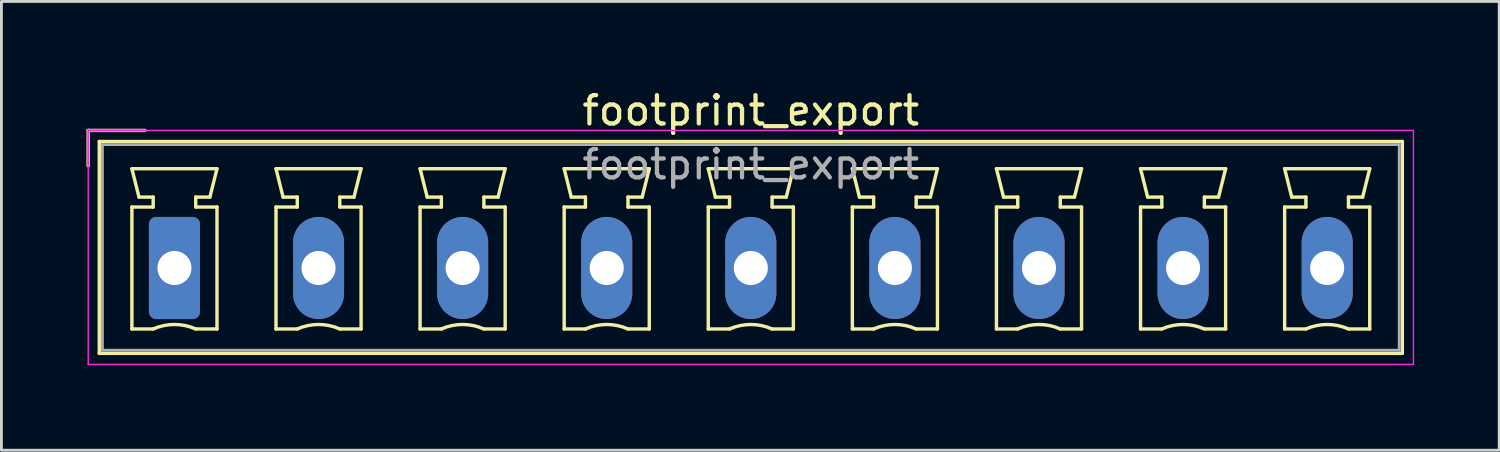
<source format=kicad_pcb>
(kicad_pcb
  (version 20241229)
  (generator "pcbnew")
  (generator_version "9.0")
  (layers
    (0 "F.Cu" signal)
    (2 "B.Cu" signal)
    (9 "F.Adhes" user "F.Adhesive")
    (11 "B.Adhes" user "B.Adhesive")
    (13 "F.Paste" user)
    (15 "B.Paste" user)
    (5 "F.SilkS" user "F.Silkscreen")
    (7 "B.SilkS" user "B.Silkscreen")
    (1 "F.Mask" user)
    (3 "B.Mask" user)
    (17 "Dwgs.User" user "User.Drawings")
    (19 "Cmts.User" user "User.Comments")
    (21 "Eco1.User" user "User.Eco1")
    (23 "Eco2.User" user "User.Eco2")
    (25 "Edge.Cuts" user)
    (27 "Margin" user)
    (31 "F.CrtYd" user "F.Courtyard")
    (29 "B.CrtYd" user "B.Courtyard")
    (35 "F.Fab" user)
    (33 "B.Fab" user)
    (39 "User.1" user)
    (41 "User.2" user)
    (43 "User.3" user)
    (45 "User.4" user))
  (footprint "footprint_export"
    (layer "F.Cu")
    (at 3.1 6.398)
    (property "Reference" "footprint_export" (at 20.32 -5.55 0) (layer "F.SilkS") (effects (font (size 1 1) (thickness 0.15))))
    (attr through_hole)
    (fp_line (start -3.04 -4.85) (end -1.04 -4.85) (stroke (width 0.12) (type solid)) (layer "F.SilkS"))
    (fp_line (start -3.04 -3.6) (end -3.04 -4.85) (stroke (width 0.12) (type solid)) (layer "F.SilkS"))
    (fp_line (start -2.65 -4.46) (end -2.65 3.01) (stroke (width 0.12) (type solid)) (layer "F.SilkS"))
    (fp_line (start -2.65 3.01) (end 43.29 3.01) (stroke (width 0.12) (type solid)) (layer "F.SilkS"))
    (fp_line (start -1.5 -3.5) (end 1.5 -3.5) (stroke (width 0.12) (type solid)) (layer "F.SilkS"))
    (fp_line (start -1.5 -2.15) (end -0.75 -2.15) (stroke (width 0.12) (type solid)) (layer "F.SilkS"))
    (fp_line (start -1.5 2.15) (end -1.5 -2.15) (stroke (width 0.12) (type solid)) (layer "F.SilkS"))
    (fp_line (start -1.25 -2.5) (end -1.5 -3.5) (stroke (width 0.12) (type solid)) (layer "F.SilkS"))
    (fp_line (start -0.75 -2.5) (end -1.25 -2.5) (stroke (width 0.12) (type solid)) (layer "F.SilkS"))
    (fp_line (start -0.75 -2.15) (end -0.75 -2.5) (stroke (width 0.12) (type solid)) (layer "F.SilkS"))
    (fp_line (start -0.75 2.15) (end -1.5 2.15) (stroke (width 0.12) (type solid)) (layer "F.SilkS"))
    (fp_line (start 0.75 -2.5) (end 0.75 -2.15) (stroke (width 0.12) (type solid)) (layer "F.SilkS"))
    (fp_line (start 0.75 -2.15) (end 1.5 -2.15) (stroke (width 0.12) (type solid)) (layer "F.SilkS"))
    (fp_line (start 1.25 -2.5) (end 0.75 -2.5) (stroke (width 0.12) (type solid)) (layer "F.SilkS"))
    (fp_line (start 1.5 -3.5) (end 1.25 -2.5) (stroke (width 0.12) (type solid)) (layer "F.SilkS"))
    (fp_line (start 1.5 -2.15) (end 1.5 2.15) (stroke (width 0.12) (type solid)) (layer "F.SilkS"))
    (fp_line (start 1.5 2.15) (end 0.75 2.15) (stroke (width 0.12) (type solid)) (layer "F.SilkS"))
    (fp_line (start 3.58 -3.5) (end 6.58 -3.5) (stroke (width 0.12) (type solid)) (layer "F.SilkS"))
    (fp_line (start 3.58 -2.15) (end 4.33 -2.15) (stroke (width 0.12) (type solid)) (layer "F.SilkS"))
    (fp_line (start 3.58 2.15) (end 3.58 -2.15) (stroke (width 0.12) (type solid)) (layer "F.SilkS"))
    (fp_line (start 3.83 -2.5) (end 3.58 -3.5) (stroke (width 0.12) (type solid)) (layer "F.SilkS"))
    (fp_line (start 4.33 -2.5) (end 3.83 -2.5) (stroke (width 0.12) (type solid)) (layer "F.SilkS"))
    (fp_line (start 4.33 -2.15) (end 4.33 -2.5) (stroke (width 0.12) (type solid)) (layer "F.SilkS"))
    (fp_line (start 4.33 2.15) (end 3.58 2.15) (stroke (width 0.12) (type solid)) (layer "F.SilkS"))
    (fp_line (start 5.83 -2.5) (end 5.83 -2.15) (stroke (width 0.12) (type solid)) (layer "F.SilkS"))
    (fp_line (start 5.83 -2.15) (end 6.58 -2.15) (stroke (width 0.12) (type solid)) (layer "F.SilkS"))
    (fp_line (start 6.33 -2.5) (end 5.83 -2.5) (stroke (width 0.12) (type solid)) (layer "F.SilkS"))
    (fp_line (start 6.58 -3.5) (end 6.33 -2.5) (stroke (width 0.12) (type solid)) (layer "F.SilkS"))
    (fp_line (start 6.58 -2.15) (end 6.58 2.15) (stroke (width 0.12) (type solid)) (layer "F.SilkS"))
    (fp_line (start 6.58 2.15) (end 5.83 2.15) (stroke (width 0.12) (type solid)) (layer "F.SilkS"))
    (fp_line (start 8.66 -3.5) (end 11.66 -3.5) (stroke (width 0.12) (type solid)) (layer "F.SilkS"))
    (fp_line (start 8.66 -2.15) (end 9.41 -2.15) (stroke (width 0.12) (type solid)) (layer "F.SilkS"))
    (fp_line (start 8.66 2.15) (end 8.66 -2.15) (stroke (width 0.12) (type solid)) (layer "F.SilkS"))
    (fp_line (start 8.91 -2.5) (end 8.66 -3.5) (stroke (width 0.12) (type solid)) (layer "F.SilkS"))
    (fp_line (start 9.41 -2.5) (end 8.91 -2.5) (stroke (width 0.12) (type solid)) (layer "F.SilkS"))
    (fp_line (start 9.41 -2.15) (end 9.41 -2.5) (stroke (width 0.12) (type solid)) (layer "F.SilkS"))
    (fp_line (start 9.41 2.15) (end 8.66 2.15) (stroke (width 0.12) (type solid)) (layer "F.SilkS"))
    (fp_line (start 10.91 -2.5) (end 10.91 -2.15) (stroke (width 0.12) (type solid)) (layer "F.SilkS"))
    (fp_line (start 10.91 -2.15) (end 11.66 -2.15) (stroke (width 0.12) (type solid)) (layer "F.SilkS"))
    (fp_line (start 11.41 -2.5) (end 10.91 -2.5) (stroke (width 0.12) (type solid)) (layer "F.SilkS"))
    (fp_line (start 11.66 -3.5) (end 11.41 -2.5) (stroke (width 0.12) (type solid)) (layer "F.SilkS"))
    (fp_line (start 11.66 -2.15) (end 11.66 2.15) (stroke (width 0.12) (type solid)) (layer "F.SilkS"))
    (fp_line (start 11.66 2.15) (end 10.91 2.15) (stroke (width 0.12) (type solid)) (layer "F.SilkS"))
    (fp_line (start 13.74 -3.5) (end 16.74 -3.5) (stroke (width 0.12) (type solid)) (layer "F.SilkS"))
    (fp_line (start 13.74 -2.15) (end 14.49 -2.15) (stroke (width 0.12) (type solid)) (layer "F.SilkS"))
    (fp_line (start 13.74 2.15) (end 13.74 -2.15) (stroke (width 0.12) (type solid)) (layer "F.SilkS"))
    (fp_line (start 13.99 -2.5) (end 13.74 -3.5) (stroke (width 0.12) (type solid)) (layer "F.SilkS"))
    (fp_line (start 14.49 -2.5) (end 13.99 -2.5) (stroke (width 0.12) (type solid)) (layer "F.SilkS"))
    (fp_line (start 14.49 -2.15) (end 14.49 -2.5) (stroke (width 0.12) (type solid)) (layer "F.SilkS"))
    (fp_line (start 14.49 2.15) (end 13.74 2.15) (stroke (width 0.12) (type solid)) (layer "F.SilkS"))
    (fp_line (start 15.99 -2.5) (end 15.99 -2.15) (stroke (width 0.12) (type solid)) (layer "F.SilkS"))
    (fp_line (start 15.99 -2.15) (end 16.74 -2.15) (stroke (width 0.12) (type solid)) (layer "F.SilkS"))
    (fp_line (start 16.49 -2.5) (end 15.99 -2.5) (stroke (width 0.12) (type solid)) (layer "F.SilkS"))
    (fp_line (start 16.74 -3.5) (end 16.49 -2.5) (stroke (width 0.12) (type solid)) (layer "F.SilkS"))
    (fp_line (start 16.74 -2.15) (end 16.74 2.15) (stroke (width 0.12) (type solid)) (layer "F.SilkS"))
    (fp_line (start 16.74 2.15) (end 15.99 2.15) (stroke (width 0.12) (type solid)) (layer "F.SilkS"))
    (fp_line (start 18.82 -3.5) (end 21.82 -3.5) (stroke (width 0.12) (type solid)) (layer "F.SilkS"))
    (fp_line (start 18.82 -2.15) (end 19.57 -2.15) (stroke (width 0.12) (type solid)) (layer "F.SilkS"))
    (fp_line (start 18.82 2.15) (end 18.82 -2.15) (stroke (width 0.12) (type solid)) (layer "F.SilkS"))
    (fp_line (start 19.07 -2.5) (end 18.82 -3.5) (stroke (width 0.12) (type solid)) (layer "F.SilkS"))
    (fp_line (start 19.57 -2.5) (end 19.07 -2.5) (stroke (width 0.12) (type solid)) (layer "F.SilkS"))
    (fp_line (start 19.57 -2.15) (end 19.57 -2.5) (stroke (width 0.12) (type solid)) (layer "F.SilkS"))
    (fp_line (start 19.57 2.15) (end 18.82 2.15) (stroke (width 0.12) (type solid)) (layer "F.SilkS"))
    (fp_line (start 21.07 -2.5) (end 21.07 -2.15) (stroke (width 0.12) (type solid)) (layer "F.SilkS"))
    (fp_line (start 21.07 -2.15) (end 21.82 -2.15) (stroke (width 0.12) (type solid)) (layer "F.SilkS"))
    (fp_line (start 21.57 -2.5) (end 21.07 -2.5) (stroke (width 0.12) (type solid)) (layer "F.SilkS"))
    (fp_line (start 21.82 -3.5) (end 21.57 -2.5) (stroke (width 0.12) (type solid)) (layer "F.SilkS"))
    (fp_line (start 21.82 -2.15) (end 21.82 2.15) (stroke (width 0.12) (type solid)) (layer "F.SilkS"))
    (fp_line (start 21.82 2.15) (end 21.07 2.15) (stroke (width 0.12) (type solid)) (layer "F.SilkS"))
    (fp_line (start 23.9 -3.5) (end 26.9 -3.5) (stroke (width 0.12) (type solid)) (layer "F.SilkS"))
    (fp_line (start 23.9 -2.15) (end 24.65 -2.15) (stroke (width 0.12) (type solid)) (layer "F.SilkS"))
    (fp_line (start 23.9 2.15) (end 23.9 -2.15) (stroke (width 0.12) (type solid)) (layer "F.SilkS"))
    (fp_line (start 24.15 -2.5) (end 23.9 -3.5) (stroke (width 0.12) (type solid)) (layer "F.SilkS"))
    (fp_line (start 24.65 -2.5) (end 24.15 -2.5) (stroke (width 0.12) (type solid)) (layer "F.SilkS"))
    (fp_line (start 24.65 -2.15) (end 24.65 -2.5) (stroke (width 0.12) (type solid)) (layer "F.SilkS"))
    (fp_line (start 24.65 2.15) (end 23.9 2.15) (stroke (width 0.12) (type solid)) (layer "F.SilkS"))
    (fp_line (start 26.15 -2.5) (end 26.15 -2.15) (stroke (width 0.12) (type solid)) (layer "F.SilkS"))
    (fp_line (start 26.15 -2.15) (end 26.9 -2.15) (stroke (width 0.12) (type solid)) (layer "F.SilkS"))
    (fp_line (start 26.65 -2.5) (end 26.15 -2.5) (stroke (width 0.12) (type solid)) (layer "F.SilkS"))
    (fp_line (start 26.9 -3.5) (end 26.65 -2.5) (stroke (width 0.12) (type solid)) (layer "F.SilkS"))
    (fp_line (start 26.9 -2.15) (end 26.9 2.15) (stroke (width 0.12) (type solid)) (layer "F.SilkS"))
    (fp_line (start 26.9 2.15) (end 26.15 2.15) (stroke (width 0.12) (type solid)) (layer "F.SilkS"))
    (fp_line (start 28.98 -3.5) (end 31.98 -3.5) (stroke (width 0.12) (type solid)) (layer "F.SilkS"))
    (fp_line (start 28.98 -2.15) (end 29.73 -2.15) (stroke (width 0.12) (type solid)) (layer "F.SilkS"))
    (fp_line (start 28.98 2.15) (end 28.98 -2.15) (stroke (width 0.12) (type solid)) (layer "F.SilkS"))
    (fp_line (start 29.23 -2.5) (end 28.98 -3.5) (stroke (width 0.12) (type solid)) (layer "F.SilkS"))
    (fp_line (start 29.73 -2.5) (end 29.23 -2.5) (stroke (width 0.12) (type solid)) (layer "F.SilkS"))
    (fp_line (start 29.73 -2.15) (end 29.73 -2.5) (stroke (width 0.12) (type solid)) (layer "F.SilkS"))
    (fp_line (start 29.73 2.15) (end 28.98 2.15) (stroke (width 0.12) (type solid)) (layer "F.SilkS"))
    (fp_line (start 31.23 -2.5) (end 31.23 -2.15) (stroke (width 0.12) (type solid)) (layer "F.SilkS"))
    (fp_line (start 31.23 -2.15) (end 31.98 -2.15) (stroke (width 0.12) (type solid)) (layer "F.SilkS"))
    (fp_line (start 31.73 -2.5) (end 31.23 -2.5) (stroke (width 0.12) (type solid)) (layer "F.SilkS"))
    (fp_line (start 31.98 -3.5) (end 31.73 -2.5) (stroke (width 0.12) (type solid)) (layer "F.SilkS"))
    (fp_line (start 31.98 -2.15) (end 31.98 2.15) (stroke (width 0.12) (type solid)) (layer "F.SilkS"))
    (fp_line (start 31.98 2.15) (end 31.23 2.15) (stroke (width 0.12) (type solid)) (layer "F.SilkS"))
    (fp_line (start 34.06 -3.5) (end 37.06 -3.5) (stroke (width 0.12) (type solid)) (layer "F.SilkS"))
    (fp_line (start 34.06 -2.15) (end 34.81 -2.15) (stroke (width 0.12) (type solid)) (layer "F.SilkS"))
    (fp_line (start 34.06 2.15) (end 34.06 -2.15) (stroke (width 0.12) (type solid)) (layer "F.SilkS"))
    (fp_line (start 34.31 -2.5) (end 34.06 -3.5) (stroke (width 0.12) (type solid)) (layer "F.SilkS"))
    (fp_line (start 34.81 -2.5) (end 34.31 -2.5) (stroke (width 0.12) (type solid)) (layer "F.SilkS"))
    (fp_line (start 34.81 -2.15) (end 34.81 -2.5) (stroke (width 0.12) (type solid)) (layer "F.SilkS"))
    (fp_line (start 34.81 2.15) (end 34.06 2.15) (stroke (width 0.12) (type solid)) (layer "F.SilkS"))
    (fp_line (start 36.31 -2.5) (end 36.31 -2.15) (stroke (width 0.12) (type solid)) (layer "F.SilkS"))
    (fp_line (start 36.31 -2.15) (end 37.06 -2.15) (stroke (width 0.12) (type solid)) (layer "F.SilkS"))
    (fp_line (start 36.81 -2.5) (end 36.31 -2.5) (stroke (width 0.12) (type solid)) (layer "F.SilkS"))
    (fp_line (start 37.06 -3.5) (end 36.81 -2.5) (stroke (width 0.12) (type solid)) (layer "F.SilkS"))
    (fp_line (start 37.06 -2.15) (end 37.06 2.15) (stroke (width 0.12) (type solid)) (layer "F.SilkS"))
    (fp_line (start 37.06 2.15) (end 36.31 2.15) (stroke (width 0.12) (type solid)) (layer "F.SilkS"))
    (fp_line (start 39.14 -3.5) (end 42.14 -3.5) (stroke (width 0.12) (type solid)) (layer "F.SilkS"))
    (fp_line (start 39.14 -2.15) (end 39.89 -2.15) (stroke (width 0.12) (type solid)) (layer "F.SilkS"))
    (fp_line (start 39.14 2.15) (end 39.14 -2.15) (stroke (width 0.12) (type solid)) (layer "F.SilkS"))
    (fp_line (start 39.39 -2.5) (end 39.14 -3.5) (stroke (width 0.12) (type solid)) (layer "F.SilkS"))
    (fp_line (start 39.89 -2.5) (end 39.39 -2.5) (stroke (width 0.12) (type solid)) (layer "F.SilkS"))
    (fp_line (start 39.89 -2.15) (end 39.89 -2.5) (stroke (width 0.12) (type solid)) (layer "F.SilkS"))
    (fp_line (start 39.89 2.15) (end 39.14 2.15) (stroke (width 0.12) (type solid)) (layer "F.SilkS"))
    (fp_line (start 41.39 -2.5) (end 41.39 -2.15) (stroke (width 0.12) (type solid)) (layer "F.SilkS"))
    (fp_line (start 41.39 -2.15) (end 42.14 -2.15) (stroke (width 0.12) (type solid)) (layer "F.SilkS"))
    (fp_line (start 41.89 -2.5) (end 41.39 -2.5) (stroke (width 0.12) (type solid)) (layer "F.SilkS"))
    (fp_line (start 42.14 -3.5) (end 41.89 -2.5) (stroke (width 0.12) (type solid)) (layer "F.SilkS"))
    (fp_line (start 42.14 -2.15) (end 42.14 2.15) (stroke (width 0.12) (type solid)) (layer "F.SilkS"))
    (fp_line (start 42.14 2.15) (end 41.39 2.15) (stroke (width 0.12) (type solid)) (layer "F.SilkS"))
    (fp_line (start 43.29 -4.46) (end -2.65 -4.46) (stroke (width 0.12) (type solid)) (layer "F.SilkS"))
    (fp_line (start 43.29 3.01) (end 43.29 -4.46) (stroke (width 0.12) (type solid)) (layer "F.SilkS"))
    (fp_arc (start -0.75 2.15) (mid -0.000193 1.99191) (end 0.749647 2.149844) (stroke (width 0.12) (type solid)) (layer "F.SilkS"))
    (fp_arc (start 4.33 2.15) (mid 5.079807 1.99191) (end 5.829647 2.149844) (stroke (width 0.12) (type solid)) (layer "F.SilkS"))
    (fp_arc (start 9.41 2.15) (mid 10.159807 1.99191) (end 10.909647 2.149844) (stroke (width 0.12) (type solid)) (layer "F.SilkS"))
    (fp_arc (start 14.49 2.15) (mid 15.239807 1.99191) (end 15.989647 2.149844) (stroke (width 0.12) (type solid)) (layer "F.SilkS"))
    (fp_arc (start 19.57 2.15) (mid 20.319807 1.99191) (end 21.069647 2.149844) (stroke (width 0.12) (type solid)) (layer "F.SilkS"))
    (fp_arc (start 24.65 2.15) (mid 25.399807 1.99191) (end 26.149647 2.149844) (stroke (width 0.12) (type solid)) (layer "F.SilkS"))
    (fp_arc (start 29.73 2.15) (mid 30.479807 1.99191) (end 31.229647 2.149844) (stroke (width 0.12) (type solid)) (layer "F.SilkS"))
    (fp_arc (start 34.81 2.15) (mid 35.559807 1.99191) (end 36.309647 2.149844) (stroke (width 0.12) (type solid)) (layer "F.SilkS"))
    (fp_arc (start 39.89 2.15) (mid 40.639807 1.99191) (end 41.389647 2.149844) (stroke (width 0.12) (type solid)) (layer "F.SilkS"))
    (fp_line (start -3.04 -4.85) (end -3.04 3.4) (stroke (width 0.05) (type solid)) (layer "F.CrtYd"))
    (fp_line (start -3.04 3.4) (end 43.68 3.4) (stroke (width 0.05) (type solid)) (layer "F.CrtYd"))
    (fp_line (start 43.68 -4.85) (end -3.04 -4.85) (stroke (width 0.05) (type solid)) (layer "F.CrtYd"))
    (fp_line (start 43.68 3.4) (end 43.68 -4.85) (stroke (width 0.05) (type solid)) (layer "F.CrtYd"))
    (fp_line (start -3.04 -4.85) (end -1.04 -4.85) (stroke (width 0.1) (type solid)) (layer "F.Fab"))
    (fp_line (start -3.04 -3.6) (end -3.04 -4.85) (stroke (width 0.1) (type solid)) (layer "F.Fab"))
    (fp_line (start -2.54 -4.35) (end -2.54 2.9) (stroke (width 0.1) (type solid)) (layer "F.Fab"))
    (fp_line (start -2.54 2.9) (end 43.18 2.9) (stroke (width 0.1) (type solid)) (layer "F.Fab"))
    (fp_line (start 43.18 -4.35) (end -2.54 -4.35) (stroke (width 0.1) (type solid)) (layer "F.Fab"))
    (fp_line (start 43.18 2.9) (end 43.18 -4.35) (stroke (width 0.1) (type solid)) (layer "F.Fab"))
    (fp_text user "${REFERENCE}" (at 20.32 -3.65 0) (layer "F.Fab") (effects (font (size 1 1) (thickness 0.15))))
    (pad "1" thru_hole roundrect (at 0 0) (size 1.8 3.6) (drill 1.2) (layers "*.Cu" "*.Mask") (roundrect_rratio 0.139))
    (pad "2" thru_hole oval (at 5.08 0) (size 1.8 3.6) (drill 1.2) (layers "*.Cu" "*.Mask"))
    (pad "3" thru_hole oval (at 10.16 0) (size 1.8 3.6) (drill 1.2) (layers "*.Cu" "*.Mask"))
    (pad "4" thru_hole oval (at 15.24 0) (size 1.8 3.6) (drill 1.2) (layers "*.Cu" "*.Mask"))
    (pad "5" thru_hole oval (at 20.32 0) (size 1.8 3.6) (drill 1.2) (layers "*.Cu" "*.Mask"))
    (pad "6" thru_hole oval (at 25.4 0) (size 1.8 3.6) (drill 1.2) (layers "*.Cu" "*.Mask"))
    (pad "7" thru_hole oval (at 30.48 0) (size 1.8 3.6) (drill 1.2) (layers "*.Cu" "*.Mask"))
    (pad "8" thru_hole oval (at 35.56 0) (size 1.8 3.6) (drill 1.2) (layers "*.Cu" "*.Mask"))
    (pad "9" thru_hole oval (at 40.64 0) (size 1.8 3.6) (drill 1.2) (layers "*.Cu" "*.Mask")))
  (gr_rect
    (start -3 -3)
    (end 49.805 12.823)
    (stroke (width 0.1) (type default))
    (fill no)
    (layer "Edge.Cuts")))
</source>
